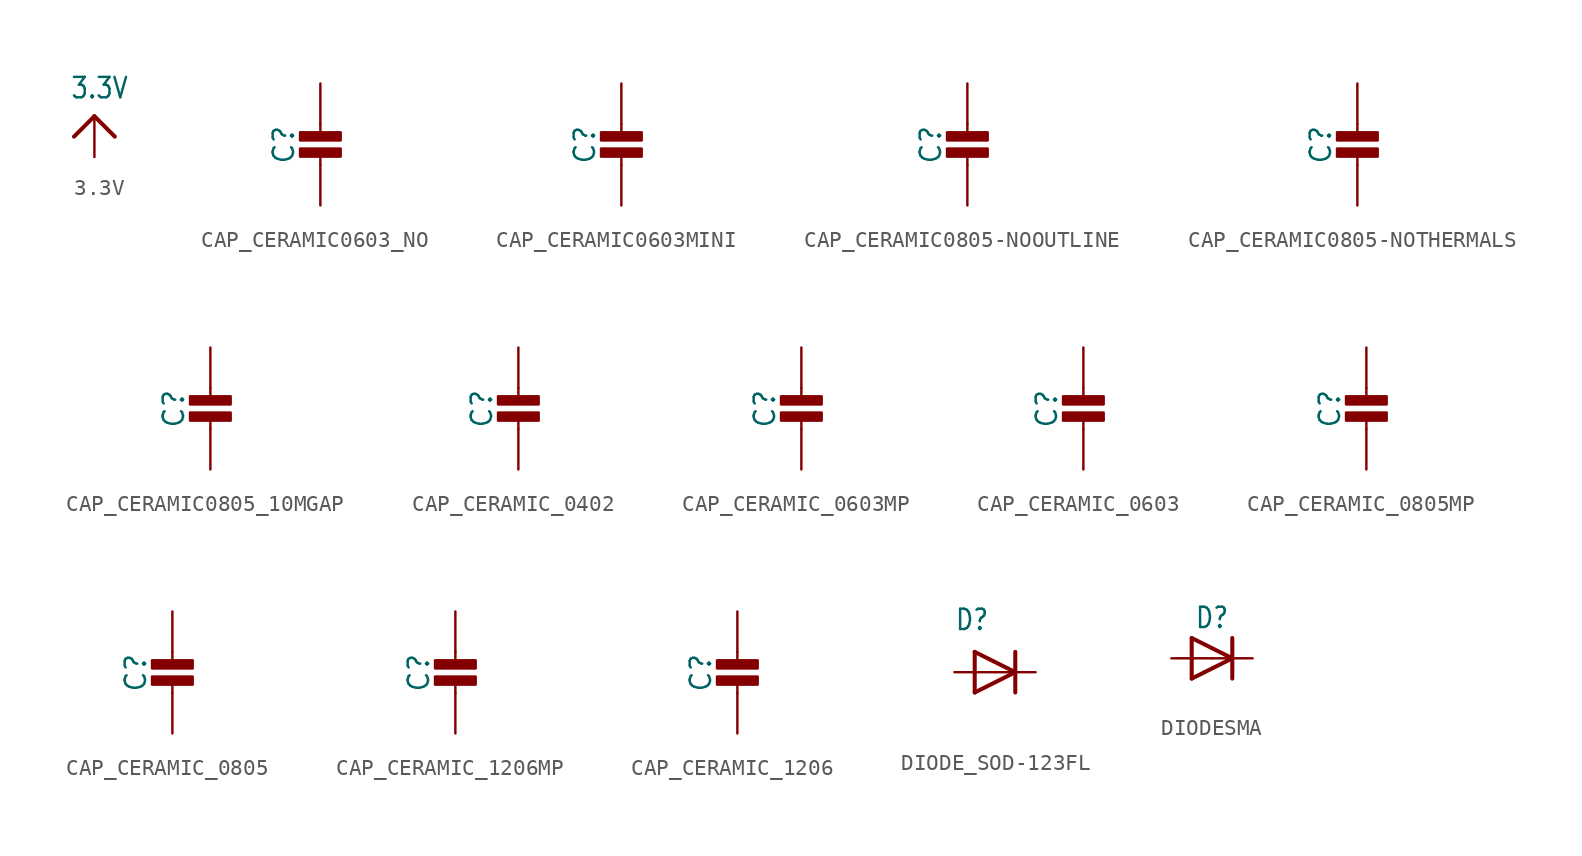
<source format=kicad_sym>
(kicad_symbol_lib
  (version 20220914)
  (generator kicad_symbol_editor)
  (symbol "3.3V"
    (power)
    (property "Reference" ""
      (at 0 0 0)
      (effects (font (size 1.27 1.27)) hide))
    (property "Value" "3.3V"
      (at -1.524 1.016 0)
      (effects (font (size 1.27 1.079)) (justify left bottom)))
    (property "ki_locked" ""
      (at 0 0 0)
      (effects (font (size 1.27 1.27))))
    (symbol "3.3V_1_0"
      (polyline (pts (xy -1.27 -1.27) (xy 0 0)) (stroke (width 0.254) (type solid)) (fill (type none)))
      (polyline (pts (xy 0 0) (xy 1.27 -1.27)) (stroke (width 0.254) (type solid)) (fill (type none)))
      (pin power_in line (at 0 -2.54 90) (length 2.54) (name "3.3V" (effects (font (size 0 0)))) (number "1" (effects (font (size 0 0)))))))
  (symbol "CAP_CERAMIC0603_NO"
    (property "Reference" "C"
      (at -2.29 1.25 90)
      (effects (font (size 1.27 1.27))))
    (property "Value" ""
      (at 2.3 1.25 90)
      (effects (font (size 1.27 1.27))))
    (property "ki_locked" ""
      (at 0 0 0)
      (effects (font (size 1.27 1.27))))
    (symbol "CAP_CERAMIC0603_NO_1_0"
      (rectangle (start -1.27 0.508) (end 1.27 1.016) (stroke (width 0) (type default)) (fill (type outline)))
      (rectangle (start -1.27 1.524) (end 1.27 2.032) (stroke (width 0) (type default)) (fill (type outline)))
      (polyline (pts (xy 0 0.762) (xy 0 0)) (stroke (width 0.152) (type solid)) (fill (type none)))
      (polyline (pts (xy 0 2.54) (xy 0 1.778)) (stroke (width 0.152) (type solid)) (fill (type none)))
      (pin passive line (at 0 5.08 270) (length 2.54) (name "1" (effects (font (size 0 0)))) (number "1" (effects (font (size 0 0)))))
      (pin passive line (at 0 -2.54 90) (length 2.54) (name "2" (effects (font (size 0 0)))) (number "2" (effects (font (size 0 0)))))))
  (symbol "CAP_CERAMIC0603MINI"
    (property "Reference" "C"
      (at -2.29 1.25 90)
      (effects (font (size 1.27 1.27))))
    (property "Value" ""
      (at 2.3 1.25 90)
      (effects (font (size 1.27 1.27))))
    (property "ki_locked" ""
      (at 0 0 0)
      (effects (font (size 1.27 1.27))))
    (symbol "CAP_CERAMIC0603MINI_1_0"
      (rectangle (start -1.27 0.508) (end 1.27 1.016) (stroke (width 0) (type default)) (fill (type outline)))
      (rectangle (start -1.27 1.524) (end 1.27 2.032) (stroke (width 0) (type default)) (fill (type outline)))
      (polyline (pts (xy 0 0.762) (xy 0 0)) (stroke (width 0.152) (type solid)) (fill (type none)))
      (polyline (pts (xy 0 2.54) (xy 0 1.778)) (stroke (width 0.152) (type solid)) (fill (type none)))
      (pin passive line (at 0 5.08 270) (length 2.54) (name "1" (effects (font (size 0 0)))) (number "1" (effects (font (size 0 0)))))
      (pin passive line (at 0 -2.54 90) (length 2.54) (name "2" (effects (font (size 0 0)))) (number "2" (effects (font (size 0 0)))))))
  (symbol "CAP_CERAMIC0805-NOOUTLINE"
    (property "Reference" "C"
      (at -2.29 1.25 90)
      (effects (font (size 1.27 1.27))))
    (property "Value" ""
      (at 2.3 1.25 90)
      (effects (font (size 1.27 1.27))))
    (property "ki_locked" ""
      (at 0 0 0)
      (effects (font (size 1.27 1.27))))
    (symbol "CAP_CERAMIC0805-NOOUTLINE_1_0"
      (rectangle (start -1.27 0.508) (end 1.27 1.016) (stroke (width 0) (type default)) (fill (type outline)))
      (rectangle (start -1.27 1.524) (end 1.27 2.032) (stroke (width 0) (type default)) (fill (type outline)))
      (polyline (pts (xy 0 0.762) (xy 0 0)) (stroke (width 0.152) (type solid)) (fill (type none)))
      (polyline (pts (xy 0 2.54) (xy 0 1.778)) (stroke (width 0.152) (type solid)) (fill (type none)))
      (pin passive line (at 0 5.08 270) (length 2.54) (name "1" (effects (font (size 0 0)))) (number "1" (effects (font (size 0 0)))))
      (pin passive line (at 0 -2.54 90) (length 2.54) (name "2" (effects (font (size 0 0)))) (number "2" (effects (font (size 0 0)))))))
  (symbol "CAP_CERAMIC0805-NOTHERMALS"
    (property "Reference" "C"
      (at -2.29 1.25 90)
      (effects (font (size 1.27 1.27))))
    (property "Value" ""
      (at 2.3 1.25 90)
      (effects (font (size 1.27 1.27))))
    (property "ki_locked" ""
      (at 0 0 0)
      (effects (font (size 1.27 1.27))))
    (symbol "CAP_CERAMIC0805-NOTHERMALS_1_0"
      (rectangle (start -1.27 0.508) (end 1.27 1.016) (stroke (width 0) (type default)) (fill (type outline)))
      (rectangle (start -1.27 1.524) (end 1.27 2.032) (stroke (width 0) (type default)) (fill (type outline)))
      (polyline (pts (xy 0 0.762) (xy 0 0)) (stroke (width 0.152) (type solid)) (fill (type none)))
      (polyline (pts (xy 0 2.54) (xy 0 1.778)) (stroke (width 0.152) (type solid)) (fill (type none)))
      (pin passive line (at 0 5.08 270) (length 2.54) (name "1" (effects (font (size 0 0)))) (number "1" (effects (font (size 0 0)))))
      (pin passive line (at 0 -2.54 90) (length 2.54) (name "2" (effects (font (size 0 0)))) (number "2" (effects (font (size 0 0)))))))
  (symbol "CAP_CERAMIC0805_10MGAP"
    (property "Reference" "C"
      (at -2.29 1.25 90)
      (effects (font (size 1.27 1.27))))
    (property "Value" ""
      (at 2.3 1.25 90)
      (effects (font (size 1.27 1.27))))
    (property "ki_locked" ""
      (at 0 0 0)
      (effects (font (size 1.27 1.27))))
    (symbol "CAP_CERAMIC0805_10MGAP_1_0"
      (rectangle (start -1.27 0.508) (end 1.27 1.016) (stroke (width 0) (type default)) (fill (type outline)))
      (rectangle (start -1.27 1.524) (end 1.27 2.032) (stroke (width 0) (type default)) (fill (type outline)))
      (polyline (pts (xy 0 0.762) (xy 0 0)) (stroke (width 0.152) (type solid)) (fill (type none)))
      (polyline (pts (xy 0 2.54) (xy 0 1.778)) (stroke (width 0.152) (type solid)) (fill (type none)))
      (pin passive line (at 0 5.08 270) (length 2.54) (name "1" (effects (font (size 0 0)))) (number "1" (effects (font (size 0 0)))))
      (pin passive line (at 0 -2.54 90) (length 2.54) (name "2" (effects (font (size 0 0)))) (number "2" (effects (font (size 0 0)))))))
  (symbol "CAP_CERAMIC_0402"
    (property "Reference" "C"
      (at -2.29 1.25 90)
      (effects (font (size 1.27 1.27))))
    (property "Value" ""
      (at 2.3 1.25 90)
      (effects (font (size 1.27 1.27))))
    (property "ki_locked" ""
      (at 0 0 0)
      (effects (font (size 1.27 1.27))))
    (symbol "CAP_CERAMIC_0402_1_0"
      (rectangle (start -1.27 0.508) (end 1.27 1.016) (stroke (width 0) (type default)) (fill (type outline)))
      (rectangle (start -1.27 1.524) (end 1.27 2.032) (stroke (width 0) (type default)) (fill (type outline)))
      (polyline (pts (xy 0 0.762) (xy 0 0)) (stroke (width 0.152) (type solid)) (fill (type none)))
      (polyline (pts (xy 0 2.54) (xy 0 1.778)) (stroke (width 0.152) (type solid)) (fill (type none)))
      (pin passive line (at 0 5.08 270) (length 2.54) (name "1" (effects (font (size 0 0)))) (number "1" (effects (font (size 0 0)))))
      (pin passive line (at 0 -2.54 90) (length 2.54) (name "2" (effects (font (size 0 0)))) (number "2" (effects (font (size 0 0)))))))
  (symbol "CAP_CERAMIC_0603MP"
    (property "Reference" "C"
      (at -2.29 1.25 90)
      (effects (font (size 1.27 1.27))))
    (property "Value" ""
      (at 2.3 1.25 90)
      (effects (font (size 1.27 1.27))))
    (property "ki_locked" ""
      (at 0 0 0)
      (effects (font (size 1.27 1.27))))
    (symbol "CAP_CERAMIC_0603MP_1_0"
      (rectangle (start -1.27 0.508) (end 1.27 1.016) (stroke (width 0) (type default)) (fill (type outline)))
      (rectangle (start -1.27 1.524) (end 1.27 2.032) (stroke (width 0) (type default)) (fill (type outline)))
      (polyline (pts (xy 0 0.762) (xy 0 0)) (stroke (width 0.152) (type solid)) (fill (type none)))
      (polyline (pts (xy 0 2.54) (xy 0 1.778)) (stroke (width 0.152) (type solid)) (fill (type none)))
      (pin passive line (at 0 5.08 270) (length 2.54) (name "1" (effects (font (size 0 0)))) (number "1" (effects (font (size 0 0)))))
      (pin passive line (at 0 -2.54 90) (length 2.54) (name "2" (effects (font (size 0 0)))) (number "2" (effects (font (size 0 0)))))))
  (symbol "CAP_CERAMIC_0603"
    (property "Reference" "C"
      (at -2.29 1.25 90)
      (effects (font (size 1.27 1.27))))
    (property "Value" ""
      (at 2.3 1.25 90)
      (effects (font (size 1.27 1.27))))
    (property "ki_locked" ""
      (at 0 0 0)
      (effects (font (size 1.27 1.27))))
    (symbol "CAP_CERAMIC_0603_1_0"
      (rectangle (start -1.27 0.508) (end 1.27 1.016) (stroke (width 0) (type default)) (fill (type outline)))
      (rectangle (start -1.27 1.524) (end 1.27 2.032) (stroke (width 0) (type default)) (fill (type outline)))
      (polyline (pts (xy 0 0.762) (xy 0 0)) (stroke (width 0.152) (type solid)) (fill (type none)))
      (polyline (pts (xy 0 2.54) (xy 0 1.778)) (stroke (width 0.152) (type solid)) (fill (type none)))
      (pin passive line (at 0 5.08 270) (length 2.54) (name "1" (effects (font (size 0 0)))) (number "1" (effects (font (size 0 0)))))
      (pin passive line (at 0 -2.54 90) (length 2.54) (name "2" (effects (font (size 0 0)))) (number "2" (effects (font (size 0 0)))))))
  (symbol "CAP_CERAMIC_0805MP"
    (property "Reference" "C"
      (at -2.29 1.25 90)
      (effects (font (size 1.27 1.27))))
    (property "Value" ""
      (at 2.3 1.25 90)
      (effects (font (size 1.27 1.27))))
    (property "ki_locked" ""
      (at 0 0 0)
      (effects (font (size 1.27 1.27))))
    (symbol "CAP_CERAMIC_0805MP_1_0"
      (rectangle (start -1.27 0.508) (end 1.27 1.016) (stroke (width 0) (type default)) (fill (type outline)))
      (rectangle (start -1.27 1.524) (end 1.27 2.032) (stroke (width 0) (type default)) (fill (type outline)))
      (polyline (pts (xy 0 0.762) (xy 0 0)) (stroke (width 0.152) (type solid)) (fill (type none)))
      (polyline (pts (xy 0 2.54) (xy 0 1.778)) (stroke (width 0.152) (type solid)) (fill (type none)))
      (pin passive line (at 0 5.08 270) (length 2.54) (name "1" (effects (font (size 0 0)))) (number "1" (effects (font (size 0 0)))))
      (pin passive line (at 0 -2.54 90) (length 2.54) (name "2" (effects (font (size 0 0)))) (number "2" (effects (font (size 0 0)))))))
  (symbol "CAP_CERAMIC_0805"
    (property "Reference" "C"
      (at -2.29 1.25 90)
      (effects (font (size 1.27 1.27))))
    (property "Value" ""
      (at 2.3 1.25 90)
      (effects (font (size 1.27 1.27))))
    (property "ki_locked" ""
      (at 0 0 0)
      (effects (font (size 1.27 1.27))))
    (symbol "CAP_CERAMIC_0805_1_0"
      (rectangle (start -1.27 0.508) (end 1.27 1.016) (stroke (width 0) (type default)) (fill (type outline)))
      (rectangle (start -1.27 1.524) (end 1.27 2.032) (stroke (width 0) (type default)) (fill (type outline)))
      (polyline (pts (xy 0 0.762) (xy 0 0)) (stroke (width 0.152) (type solid)) (fill (type none)))
      (polyline (pts (xy 0 2.54) (xy 0 1.778)) (stroke (width 0.152) (type solid)) (fill (type none)))
      (pin passive line (at 0 5.08 270) (length 2.54) (name "1" (effects (font (size 0 0)))) (number "1" (effects (font (size 0 0)))))
      (pin passive line (at 0 -2.54 90) (length 2.54) (name "2" (effects (font (size 0 0)))) (number "2" (effects (font (size 0 0)))))))
  (symbol "CAP_CERAMIC_1206MP"
    (property "Reference" "C"
      (at -2.29 1.25 90)
      (effects (font (size 1.27 1.27))))
    (property "Value" ""
      (at 2.3 1.25 90)
      (effects (font (size 1.27 1.27))))
    (property "ki_locked" ""
      (at 0 0 0)
      (effects (font (size 1.27 1.27))))
    (symbol "CAP_CERAMIC_1206MP_1_0"
      (rectangle (start -1.27 0.508) (end 1.27 1.016) (stroke (width 0) (type default)) (fill (type outline)))
      (rectangle (start -1.27 1.524) (end 1.27 2.032) (stroke (width 0) (type default)) (fill (type outline)))
      (polyline (pts (xy 0 0.762) (xy 0 0)) (stroke (width 0.152) (type solid)) (fill (type none)))
      (polyline (pts (xy 0 2.54) (xy 0 1.778)) (stroke (width 0.152) (type solid)) (fill (type none)))
      (pin passive line (at 0 5.08 270) (length 2.54) (name "1" (effects (font (size 0 0)))) (number "1" (effects (font (size 0 0)))))
      (pin passive line (at 0 -2.54 90) (length 2.54) (name "2" (effects (font (size 0 0)))) (number "2" (effects (font (size 0 0)))))))
  (symbol "CAP_CERAMIC_1206"
    (property "Reference" "C"
      (at -2.29 1.25 90)
      (effects (font (size 1.27 1.27))))
    (property "Value" ""
      (at 2.3 1.25 90)
      (effects (font (size 1.27 1.27))))
    (property "ki_locked" ""
      (at 0 0 0)
      (effects (font (size 1.27 1.27))))
    (symbol "CAP_CERAMIC_1206_1_0"
      (rectangle (start -1.27 0.508) (end 1.27 1.016) (stroke (width 0) (type default)) (fill (type outline)))
      (rectangle (start -1.27 1.524) (end 1.27 2.032) (stroke (width 0) (type default)) (fill (type outline)))
      (polyline (pts (xy 0 0.762) (xy 0 0)) (stroke (width 0.152) (type solid)) (fill (type none)))
      (polyline (pts (xy 0 2.54) (xy 0 1.778)) (stroke (width 0.152) (type solid)) (fill (type none)))
      (pin passive line (at 0 5.08 270) (length 2.54) (name "1" (effects (font (size 0 0)))) (number "1" (effects (font (size 0 0)))))
      (pin passive line (at 0 -2.54 90) (length 2.54) (name "2" (effects (font (size 0 0)))) (number "2" (effects (font (size 0 0)))))))
  (symbol "DIODE_SOD-123FL"
    (property "Reference" "D"
      (at -2.54 2.54 0)
      (effects (font (size 1.27 1.079)) (justify left bottom)))
    (property "Value" ""
      (at -2.54 -3.81 0)
      (effects (font (size 1.27 1.079)) (justify left bottom)))
    (property "ki_locked" ""
      (at 0 0 0)
      (effects (font (size 1.27 1.27))))
    (symbol "DIODE_SOD-123FL_1_0"
      (polyline (pts (xy -1.27 -1.27) (xy 1.27 0)) (stroke (width 0.254) (type solid)) (fill (type none)))
      (polyline (pts (xy -1.27 1.27) (xy -1.27 -1.27)) (stroke (width 0.254) (type solid)) (fill (type none)))
      (polyline (pts (xy 1.27 0) (xy -1.27 1.27)) (stroke (width 0.254) (type solid)) (fill (type none)))
      (polyline (pts (xy 1.27 0) (xy 1.27 -1.27)) (stroke (width 0.254) (type solid)) (fill (type none)))
      (polyline (pts (xy 1.27 1.27) (xy 1.27 0)) (stroke (width 0.254) (type solid)) (fill (type none)))
      (pin passive line (at -2.54 0 0) (length 2.54) (name "A" (effects (font (size 0 0)))) (number "A" (effects (font (size 0 0)))))
      (pin passive line (at 2.54 0 180) (length 2.54) (name "C" (effects (font (size 0 0)))) (number "C" (effects (font (size 0 0)))))))
  (symbol "DIODESMA"
    (property "Reference" "D"
      (at 0 2.54 0)
      (effects (font (size 1.27 1.079))))
    (property "Value" ""
      (at 0 -2.5 0)
      (effects (font (size 1.27 1.079))))
    (property "ki_locked" ""
      (at 0 0 0)
      (effects (font (size 1.27 1.27))))
    (symbol "DIODESMA_1_0"
      (polyline (pts (xy -1.27 -1.27) (xy 1.27 0)) (stroke (width 0.254) (type solid)) (fill (type none)))
      (polyline (pts (xy -1.27 1.27) (xy -1.27 -1.27)) (stroke (width 0.254) (type solid)) (fill (type none)))
      (polyline (pts (xy 1.27 0) (xy -1.27 1.27)) (stroke (width 0.254) (type solid)) (fill (type none)))
      (polyline (pts (xy 1.27 0) (xy 1.27 -1.27)) (stroke (width 0.254) (type solid)) (fill (type none)))
      (polyline (pts (xy 1.27 1.27) (xy 1.27 0)) (stroke (width 0.254) (type solid)) (fill (type none)))
      (pin passive line (at -2.54 0 0) (length 2.54) (name "A" (effects (font (size 0 0)))) (number "A" (effects (font (size 0 0)))))
      (pin passive line (at 2.54 0 180) (length 2.54) (name "C" (effects (font (size 0 0)))) (number "C" (effects (font (size 0 0))))))))
</source>
